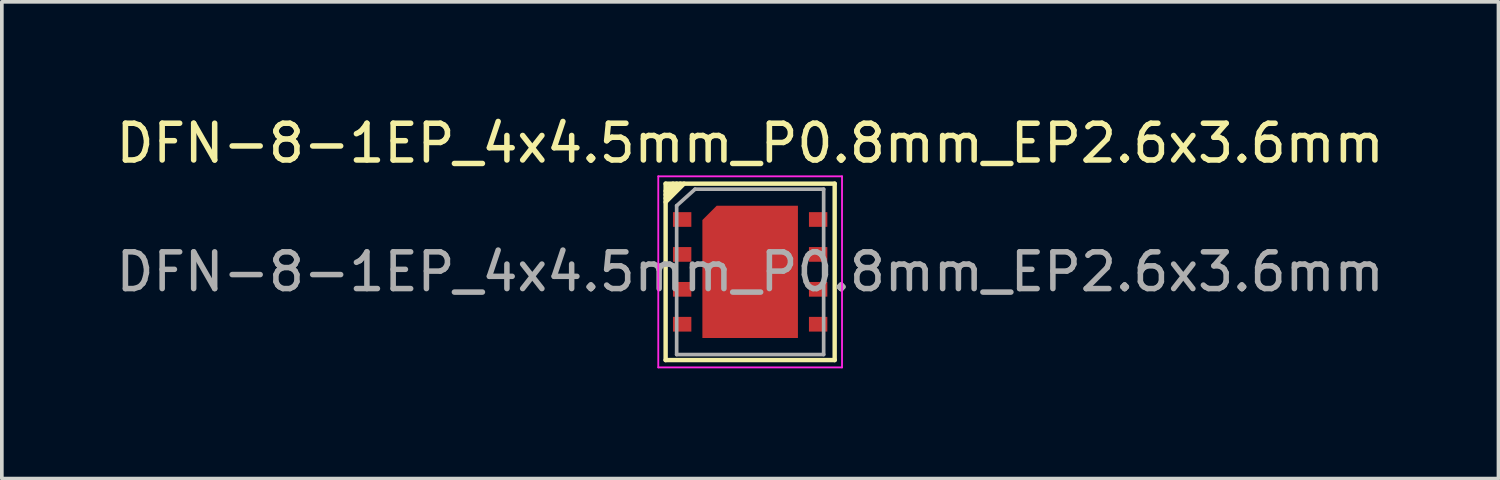
<source format=kicad_pcb>
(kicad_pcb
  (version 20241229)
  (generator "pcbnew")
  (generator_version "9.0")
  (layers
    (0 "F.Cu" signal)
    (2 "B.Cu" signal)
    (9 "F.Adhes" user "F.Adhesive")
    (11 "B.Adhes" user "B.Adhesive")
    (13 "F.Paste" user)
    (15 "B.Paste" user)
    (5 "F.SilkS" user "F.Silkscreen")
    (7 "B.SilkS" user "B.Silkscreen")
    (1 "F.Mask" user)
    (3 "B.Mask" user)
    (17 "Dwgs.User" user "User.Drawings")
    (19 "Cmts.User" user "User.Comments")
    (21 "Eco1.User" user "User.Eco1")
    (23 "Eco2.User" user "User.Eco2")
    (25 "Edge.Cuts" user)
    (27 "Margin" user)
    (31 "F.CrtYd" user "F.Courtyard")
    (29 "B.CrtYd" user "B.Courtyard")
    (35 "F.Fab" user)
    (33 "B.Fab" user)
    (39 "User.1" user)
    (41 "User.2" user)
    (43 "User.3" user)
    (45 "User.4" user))
  (footprint "DFN-8-1EP_4x4.5mm_P0.8mm_EP2.6x3.6mm"
    (layer "F.Cu")
    (at 17.363 4.348)
    (property "Reference" "DFN-8-1EP_4x4.5mm_P0.8mm_EP2.6x3.6mm" (at 0 -3.5 0) (unlocked yes) (layer "F.SilkS") (effects (font (size 1 1) (thickness 0.15))))
    (attr smd)
    (fp_line (start -2.3 -2.4) (end 2.3 -2.4) (stroke (width 0.12) (type solid)) (layer "F.SilkS"))
    (fp_line (start -2.3 -2.2) (end -2.1 -2.4) (stroke (width 0.12) (type solid)) (layer "F.SilkS"))
    (fp_line (start -2.3 -2) (end -1.9 -2.4) (stroke (width 0.12) (type solid)) (layer "F.SilkS"))
    (fp_line (start -2.3 -1.9) (end -1.8 -2.4) (stroke (width 0.12) (type solid)) (layer "F.SilkS"))
    (fp_line (start -2.3 2.4) (end -2.3 -2.4) (stroke (width 0.12) (type solid)) (layer "F.SilkS"))
    (fp_line (start -2 -2.4) (end -2.3 -2.1) (stroke (width 0.12) (type solid)) (layer "F.SilkS"))
    (fp_line (start 2.3 -2.4) (end 2.3 2.4) (stroke (width 0.12) (type solid)) (layer "F.SilkS"))
    (fp_line (start 2.3 2.4) (end -2.3 2.4) (stroke (width 0.12) (type solid)) (layer "F.SilkS"))
    (fp_line (start -2.5 -2.6) (end 2.5 -2.6) (stroke (width 0.05) (type solid)) (layer "F.CrtYd"))
    (fp_line (start -2.5 2.6) (end -2.5 -2.6) (stroke (width 0.05) (type solid)) (layer "F.CrtYd"))
    (fp_line (start 2.5 -2.6) (end 2.5 2.6) (stroke (width 0.05) (type solid)) (layer "F.CrtYd"))
    (fp_line (start 2.5 2.6) (end -2.5 2.6) (stroke (width 0.05) (type solid)) (layer "F.CrtYd"))
    (fp_line (start -2 -1.8) (end -1.5 -2.25) (stroke (width 0.1) (type solid)) (layer "F.Fab"))
    (fp_line (start -2 2.25) (end -2 -1.8) (stroke (width 0.1) (type solid)) (layer "F.Fab"))
    (fp_line (start -1.5 -2.25) (end 2 -2.25) (stroke (width 0.1) (type solid)) (layer "F.Fab"))
    (fp_line (start 2 -2.25) (end 2 2.25) (stroke (width 0.1) (type solid)) (layer "F.Fab"))
    (fp_line (start 2 2.25) (end -2 2.25) (stroke (width 0.1) (type solid)) (layer "F.Fab"))
    (fp_text user "${REFERENCE}" (at 0 0 0) (unlocked yes) (layer "F.Fab") (effects (font (size 1 1) (thickness 0.15))))
    (pad "1" smd rect (at -1.85 -1.425 90) (size 0.4 0.5) (layers "F.Cu" "F.Mask" "F.Paste"))
    (pad "2" smd rect (at -1.85 -0.475 90) (size 0.4 0.5) (layers "F.Cu" "F.Mask" "F.Paste"))
    (pad "3" smd rect (at -1.85 0.475 90) (size 0.4 0.5) (layers "F.Cu" "F.Mask" "F.Paste"))
    (pad "4" smd rect (at -1.85 1.425 90) (size 0.4 0.5) (layers "F.Cu" "F.Mask" "F.Paste"))
    (pad "5" smd rect (at 1.85 1.425 90) (size 0.4 0.5) (layers "F.Cu" "F.Mask" "F.Paste"))
    (pad "6" smd rect (at 1.85 0.475 90) (size 0.4 0.5) (layers "F.Cu" "F.Mask" "F.Paste"))
    (pad "7" smd rect (at 1.85 -0.475 90) (size 0.4 0.5) (layers "F.Cu" "F.Mask" "F.Paste"))
    (pad "8" smd rect (at 1.85 -1.425 90) (size 0.4 0.5) (layers "F.Cu" "F.Mask" "F.Paste"))
    (pad "9" smd roundrect (at 0 0) (size 2.6 3.6) (layers "F.Cu" "F.Mask" "F.Paste") (roundrect_rratio 0) (chamfer_ratio 0.15) (chamfer top_left)))
  (gr_rect
    (start -3 -3)
    (end 37.726 9.973)
    (stroke (width 0.1) (type default))
    (fill no)
    (layer "Edge.Cuts")))
</source>
